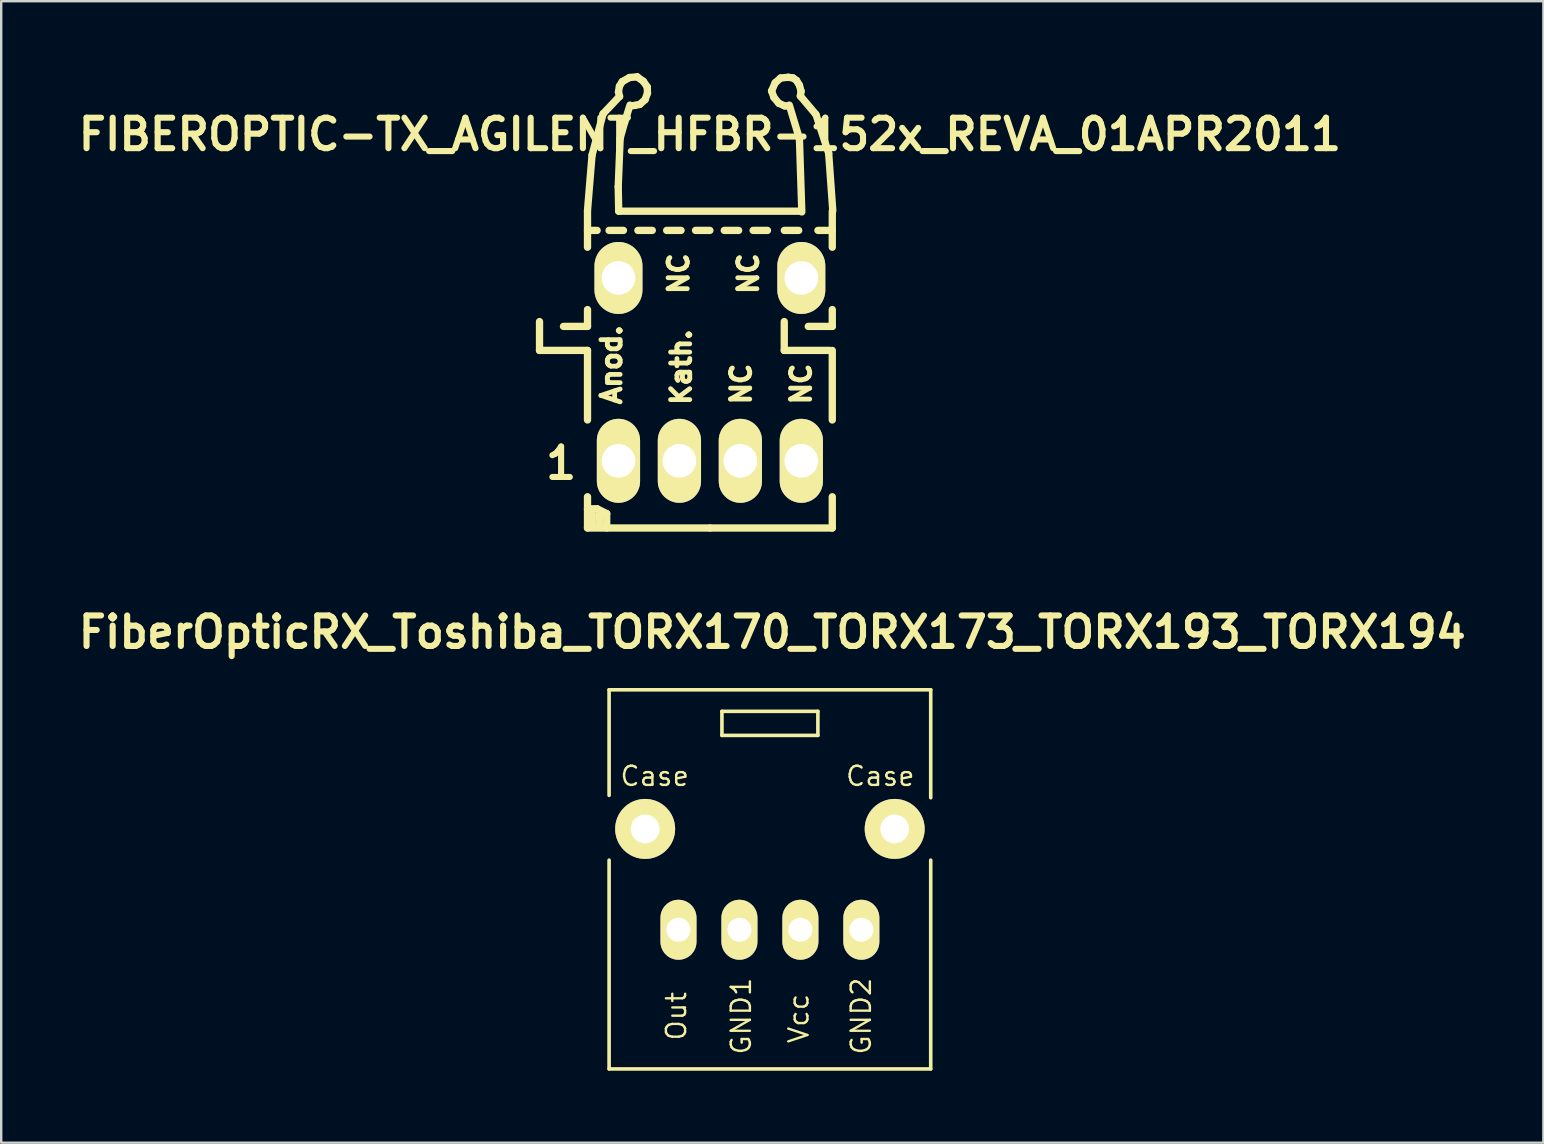
<source format=kicad_pcb>
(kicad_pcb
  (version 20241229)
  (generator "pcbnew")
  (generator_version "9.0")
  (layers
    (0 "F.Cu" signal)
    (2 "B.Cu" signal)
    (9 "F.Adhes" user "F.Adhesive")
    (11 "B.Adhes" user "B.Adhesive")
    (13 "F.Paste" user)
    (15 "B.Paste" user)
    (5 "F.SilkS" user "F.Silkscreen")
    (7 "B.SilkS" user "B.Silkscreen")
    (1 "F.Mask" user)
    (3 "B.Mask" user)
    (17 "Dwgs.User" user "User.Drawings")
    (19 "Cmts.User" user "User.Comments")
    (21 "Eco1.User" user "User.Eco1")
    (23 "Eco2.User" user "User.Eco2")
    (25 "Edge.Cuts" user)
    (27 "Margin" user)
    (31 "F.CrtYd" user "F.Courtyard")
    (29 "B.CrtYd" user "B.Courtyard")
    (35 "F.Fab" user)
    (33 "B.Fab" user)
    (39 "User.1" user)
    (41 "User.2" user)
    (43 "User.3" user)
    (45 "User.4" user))
  (footprint "FiberOpticRX_Toshiba_TORX170_TORX173_TORX193_TORX194"
    (layer "F.Cu")
    (at 29.032 33.592)
    (property "Reference" "FiberOpticRX_Toshiba_TORX170_TORX173_TORX193_TORX194" (at 0.099 -10.3 0) (layer "F.SilkS") (effects (font (size 1.27 1.27) (thickness 0.254))))
    (attr through_hole)
    (fp_line (start -6.701 -7.899) (end -6.701 -3.5) (stroke (width 0.15) (type solid)) (layer "F.SilkS"))
    (fp_line (start -6.701 7.899) (end -6.701 -0.8) (stroke (width 0.15) (type solid)) (layer "F.SilkS"))
    (fp_line (start -6.701 7.899) (end 6.701 7.899) (stroke (width 0.15) (type solid)) (layer "F.SilkS"))
    (fp_line (start -1.999 -7) (end 1.999 -7) (stroke (width 0.15) (type solid)) (layer "F.SilkS"))
    (fp_line (start -1.999 -5.999) (end -1.999 -7) (stroke (width 0.15) (type solid)) (layer "F.SilkS"))
    (fp_line (start 1.999 -7) (end 1.999 -5.999) (stroke (width 0.15) (type solid)) (layer "F.SilkS"))
    (fp_line (start 1.999 -5.999) (end -1.999 -5.999) (stroke (width 0.15) (type solid)) (layer "F.SilkS"))
    (fp_line (start 6.701 -7.899) (end -6.701 -7.899) (stroke (width 0.15) (type solid)) (layer "F.SilkS"))
    (fp_line (start 6.701 -7.899) (end 6.701 -3.401) (stroke (width 0.15) (type solid)) (layer "F.SilkS"))
    (fp_line (start 6.701 7.899) (end 6.701 -0.8) (stroke (width 0.15) (type solid)) (layer "F.SilkS"))
    (fp_text user "Out" (at -3.899 5.7 90) (layer "F.SilkS") (effects (font (size 0.8 0.8) (thickness 0.099))))
    (fp_text user "Vcc" (at 1.199 5.799 90) (layer "F.SilkS") (effects (font (size 0.8 0.8) (thickness 0.099))))
    (fp_text user "GND2" (at 3.8 5.7 90) (layer "F.SilkS") (effects (font (size 0.8 0.8) (thickness 0.099))))
    (fp_text user "Case" (at -4.801 -4.3 0) (layer "F.SilkS") (effects (font (size 0.8 0.8) (thickness 0.099))))
    (fp_text user "GND1" (at -1.199 5.7 90) (layer "F.SilkS") (effects (font (size 0.8 0.8) (thickness 0.099))))
    (fp_text user "Case" (at 4.6 -4.3 0) (layer "F.SilkS") (effects (font (size 0.8 0.8) (thickness 0.099))))
    (pad "1" thru_hole oval (at -3.81 2.101) (size 1.501 2.499) (drill 1.001) (layers "*.Cu" "*.Mask" "F.SilkS"))
    (pad "2" thru_hole oval (at -1.27 2.101) (size 1.501 2.499) (drill 1.001) (layers "*.Cu" "*.Mask" "F.SilkS"))
    (pad "3" thru_hole oval (at 1.27 2.101) (size 1.501 2.499) (drill 1.001) (layers "*.Cu" "*.Mask" "F.SilkS"))
    (pad "4" thru_hole oval (at 3.81 2.101) (size 1.501 2.499) (drill 1.001) (layers "*.Cu" "*.Mask" "F.SilkS"))
    (pad "5" thru_hole circle (at 5.199 -2.101) (size 2.499 2.499) (drill 1.199) (layers "*.Cu" "*.Mask" "F.SilkS"))
    (pad "6" thru_hole circle (at -5.199 -2.101) (size 2.499 2.499) (drill 1.199) (layers "*.Cu" "*.Mask" "F.SilkS")))
  (footprint "FIBEROPTIC-TX_AGILENT_HFBR-152x_REVA_01APR2011"
    (layer "F.Cu")
    (at 26.531 10.551)
    (property "Reference" "FIBEROPTIC-TX_AGILENT_HFBR-152x_REVA_01APR2011" (at 0 -8.001 0) (layer "F.SilkS") (effects (font (size 1.27 1.27) (thickness 0.254))))
    (attr through_hole)
    (fp_line (start -7.099 1.001) (end -7.099 -0.201) (stroke (width 0.305) (type solid)) (layer "F.SilkS"))
    (fp_line (start -6.101 0) (end -5.1 0) (stroke (width 0.305) (type solid)) (layer "F.SilkS"))
    (fp_line (start -5.1 -4.831) (end -4.91 -7.14) (stroke (width 0.305) (type solid)) (layer "F.SilkS"))
    (fp_line (start -5.1 -4.801) (end -5.1 -3.299) (stroke (width 0.305) (type solid)) (layer "F.SilkS"))
    (fp_line (start -5.1 0) (end -5.1 -0.701) (stroke (width 0.305) (type solid)) (layer "F.SilkS"))
    (fp_line (start -5.1 1.001) (end -7.099 1.001) (stroke (width 0.305) (type solid)) (layer "F.SilkS"))
    (fp_line (start -5.1 1.001) (end -5.1 3.899) (stroke (width 0.305) (type solid)) (layer "F.SilkS"))
    (fp_line (start -5.1 7.6) (end -4.699 7.6) (stroke (width 0.305) (type solid)) (layer "F.SilkS"))
    (fp_line (start -5.1 8.4) (end -5.1 7.099) (stroke (width 0.305) (type solid)) (layer "F.SilkS"))
    (fp_line (start -4.91 -7.14) (end -4.45 -8.86) (stroke (width 0.305) (type solid)) (layer "F.SilkS"))
    (fp_line (start -4.9 7.8) (end -4.9 8.301) (stroke (width 0.305) (type solid)) (layer "F.SilkS"))
    (fp_line (start -4.699 -4) (end -5.1 -4) (stroke (width 0.305) (type solid)) (layer "F.SilkS"))
    (fp_line (start -4.699 7.6) (end -4.3 7.8) (stroke (width 0.305) (type solid)) (layer "F.SilkS"))
    (fp_line (start -4.6 7.8) (end -4.6 8.199) (stroke (width 0.305) (type solid)) (layer "F.SilkS"))
    (fp_line (start -4.45 -8.86) (end -3.769 -9.581) (stroke (width 0.305) (type solid)) (layer "F.SilkS"))
    (fp_line (start -4.3 7.8) (end -4.3 8.4) (stroke (width 0.305) (type solid)) (layer "F.SilkS"))
    (fp_line (start -3.82 -5.819) (end -3.739 -7.841) (stroke (width 0.305) (type solid)) (layer "F.SilkS"))
    (fp_line (start -3.81 -9.769) (end -3.759 -9.581) (stroke (width 0.305) (type solid)) (layer "F.SilkS"))
    (fp_line (start -3.8 -4.801) (end -3.82 -5.819) (stroke (width 0.305) (type solid)) (layer "F.SilkS"))
    (fp_line (start -3.769 -10.01) (end -3.81 -9.769) (stroke (width 0.305) (type solid)) (layer "F.SilkS"))
    (fp_line (start -3.739 -7.841) (end -3.551 -8.509) (stroke (width 0.305) (type solid)) (layer "F.SilkS"))
    (fp_line (start -3.65 -10.201) (end -3.769 -10.01) (stroke (width 0.305) (type solid)) (layer "F.SilkS"))
    (fp_line (start -3.602 -4) (end -4.201 -4) (stroke (width 0.305) (type solid)) (layer "F.SilkS"))
    (fp_line (start -3.551 -8.509) (end -3.33 -9.22) (stroke (width 0.305) (type solid)) (layer "F.SilkS"))
    (fp_line (start -3.35 -10.371) (end -3.65 -10.201) (stroke (width 0.305) (type solid)) (layer "F.SilkS"))
    (fp_line (start -3.269 -9.19) (end -3.119 -9.21) (stroke (width 0.305) (type solid)) (layer "F.SilkS"))
    (fp_line (start -3.119 -9.21) (end -2.921 -9.251) (stroke (width 0.305) (type solid)) (layer "F.SilkS"))
    (fp_line (start -3.03 -10.399) (end -3.35 -10.371) (stroke (width 0.305) (type solid)) (layer "F.SilkS"))
    (fp_line (start -2.921 -9.251) (end -2.7 -9.449) (stroke (width 0.305) (type solid)) (layer "F.SilkS"))
    (fp_line (start -2.771 -10.211) (end -3.03 -10.399) (stroke (width 0.305) (type solid)) (layer "F.SilkS"))
    (fp_line (start -2.7 -9.449) (end -2.601 -9.721) (stroke (width 0.305) (type solid)) (layer "F.SilkS"))
    (fp_line (start -2.611 -9.98) (end -2.771 -10.211) (stroke (width 0.305) (type solid)) (layer "F.SilkS"))
    (fp_line (start -2.601 -9.721) (end -2.611 -9.98) (stroke (width 0.305) (type solid)) (layer "F.SilkS"))
    (fp_line (start -2.4 -4) (end -3 -4) (stroke (width 0.305) (type solid)) (layer "F.SilkS"))
    (fp_line (start -1.201 -4) (end -1.801 -4) (stroke (width 0.305) (type solid)) (layer "F.SilkS"))
    (fp_line (start 0 -4) (end -0.599 -4) (stroke (width 0.305) (type solid)) (layer "F.SilkS"))
    (fp_line (start 0 8.4) (end -5.1 8.4) (stroke (width 0.305) (type solid)) (layer "F.SilkS"))
    (fp_line (start 0 8.4) (end 5.1 8.4) (stroke (width 0.305) (type solid)) (layer "F.SilkS"))
    (fp_line (start 1.199 -4) (end 0.599 -4) (stroke (width 0.305) (type solid)) (layer "F.SilkS"))
    (fp_line (start 2.4 -4) (end 1.801 -4) (stroke (width 0.305) (type solid)) (layer "F.SilkS"))
    (fp_line (start 2.57 -9.809) (end 2.67 -9.54) (stroke (width 0.305) (type solid)) (layer "F.SilkS"))
    (fp_line (start 2.67 -9.54) (end 2.87 -9.299) (stroke (width 0.305) (type solid)) (layer "F.SilkS"))
    (fp_line (start 2.72 -10.15) (end 2.57 -9.809) (stroke (width 0.305) (type solid)) (layer "F.SilkS"))
    (fp_line (start 2.87 -9.299) (end 3.109 -9.19) (stroke (width 0.305) (type solid)) (layer "F.SilkS"))
    (fp_line (start 2.949 -10.351) (end 2.72 -10.15) (stroke (width 0.305) (type solid)) (layer "F.SilkS"))
    (fp_line (start 3.099 1.001) (end 3.099 -0.201) (stroke (width 0.305) (type solid)) (layer "F.SilkS"))
    (fp_line (start 3.109 -9.19) (end 3.269 -9.18) (stroke (width 0.305) (type solid)) (layer "F.SilkS"))
    (fp_line (start 3.269 -10.381) (end 2.949 -10.351) (stroke (width 0.305) (type solid)) (layer "F.SilkS"))
    (fp_line (start 3.47 -10.351) (end 3.269 -10.381) (stroke (width 0.305) (type solid)) (layer "F.SilkS"))
    (fp_line (start 3.609 -10.249) (end 3.47 -10.351) (stroke (width 0.305) (type solid)) (layer "F.SilkS"))
    (fp_line (start 3.701 -4) (end 3.101 -4) (stroke (width 0.305) (type solid)) (layer "F.SilkS"))
    (fp_line (start 3.731 -10.051) (end 3.609 -10.249) (stroke (width 0.305) (type solid)) (layer "F.SilkS"))
    (fp_line (start 3.731 -7.821) (end 3.31 -9.22) (stroke (width 0.305) (type solid)) (layer "F.SilkS"))
    (fp_line (start 3.769 -9.601) (end 3.8 -9.799) (stroke (width 0.305) (type solid)) (layer "F.SilkS"))
    (fp_line (start 3.8 -9.799) (end 3.731 -10.051) (stroke (width 0.305) (type solid)) (layer "F.SilkS"))
    (fp_line (start 3.8 -4.801) (end -3.8 -4.801) (stroke (width 0.305) (type solid)) (layer "F.SilkS"))
    (fp_line (start 3.83 -4.77) (end 3.731 -7.821) (stroke (width 0.305) (type solid)) (layer "F.SilkS"))
    (fp_line (start 4.42 -8.829) (end 3.769 -9.601) (stroke (width 0.305) (type solid)) (layer "F.SilkS"))
    (fp_line (start 4.95 -7.211) (end 4.42 -8.829) (stroke (width 0.305) (type solid)) (layer "F.SilkS"))
    (fp_line (start 5.001 1.001) (end 3.099 1.001) (stroke (width 0.305) (type solid)) (layer "F.SilkS"))
    (fp_line (start 5.1 -4) (end 4.501 -4) (stroke (width 0.305) (type solid)) (layer "F.SilkS"))
    (fp_line (start 5.1 -3.299) (end 5.1 -4.801) (stroke (width 0.305) (type solid)) (layer "F.SilkS"))
    (fp_line (start 5.1 0) (end 4.1 0) (stroke (width 0.305) (type solid)) (layer "F.SilkS"))
    (fp_line (start 5.1 0) (end 5.1 -0.701) (stroke (width 0.305) (type solid)) (layer "F.SilkS"))
    (fp_line (start 5.1 3.899) (end 5.1 1.001) (stroke (width 0.305) (type solid)) (layer "F.SilkS"))
    (fp_line (start 5.1 8.4) (end 5.1 7.099) (stroke (width 0.305) (type solid)) (layer "F.SilkS"))
    (fp_line (start 5.121 -4.821) (end 4.95 -7.211) (stroke (width 0.305) (type solid)) (layer "F.SilkS"))
    (fp_text user "NC" (at 3.8 2.4 90) (layer "F.SilkS") (effects (font (size 0.8 0.8) (thickness 0.201))))
    (fp_text user "Anod." (at -4.1 1.6 90) (layer "F.SilkS") (effects (font (size 0.8 0.8) (thickness 0.201))))
    (fp_text user "Kath." (at -1.199 1.699 90) (layer "F.SilkS") (effects (font (size 0.8 0.8) (thickness 0.201))))
    (fp_text user "NC" (at 1.3 2.4 90) (layer "F.SilkS") (effects (font (size 0.8 0.8) (thickness 0.201))))
    (fp_text user "1" (at -6.2 5.7 0) (layer "F.SilkS") (effects (font (size 1.27 1.27) (thickness 0.254))))
    (fp_text user "NC" (at 1.6 -2.2 90) (layer "F.SilkS") (effects (font (size 0.8 0.8) (thickness 0.201))))
    (fp_text user "NC" (at -1.303 -2.2 90) (layer "F.SilkS") (effects (font (size 0.8 0.8) (thickness 0.201))))
    (pad "1" thru_hole oval (at -3.81 5.601) (size 1.801 3.5) (drill 1.4) (layers "*.Cu" "*.Mask" "F.SilkS"))
    (pad "2" thru_hole oval (at -1.27 5.601) (size 1.801 3.5) (drill 1.4) (layers "*.Cu" "*.Mask" "F.SilkS"))
    (pad "3" thru_hole oval (at 1.27 5.601) (size 1.801 3.5) (drill 1.4) (layers "*.Cu" "*.Mask" "F.SilkS"))
    (pad "4" thru_hole oval (at 3.81 5.601) (size 1.801 3.5) (drill 1.4) (layers "*.Cu" "*.Mask" "F.SilkS"))
    (pad "5" thru_hole oval (at 3.81 -2.019) (size 1.999 3) (drill 1.4) (layers "*.Cu" "*.Mask" "F.SilkS"))
    (pad "6" thru_hole oval (at -3.81 -2.019) (size 1.999 3) (drill 1.4) (layers "*.Cu" "*.Mask" "F.SilkS")))
  (gr_rect
    (start -3 -3)
    (end 61.263 44.566)
    (stroke (width 0.1) (type default))
    (fill no)
    (layer "Edge.Cuts")))
</source>
